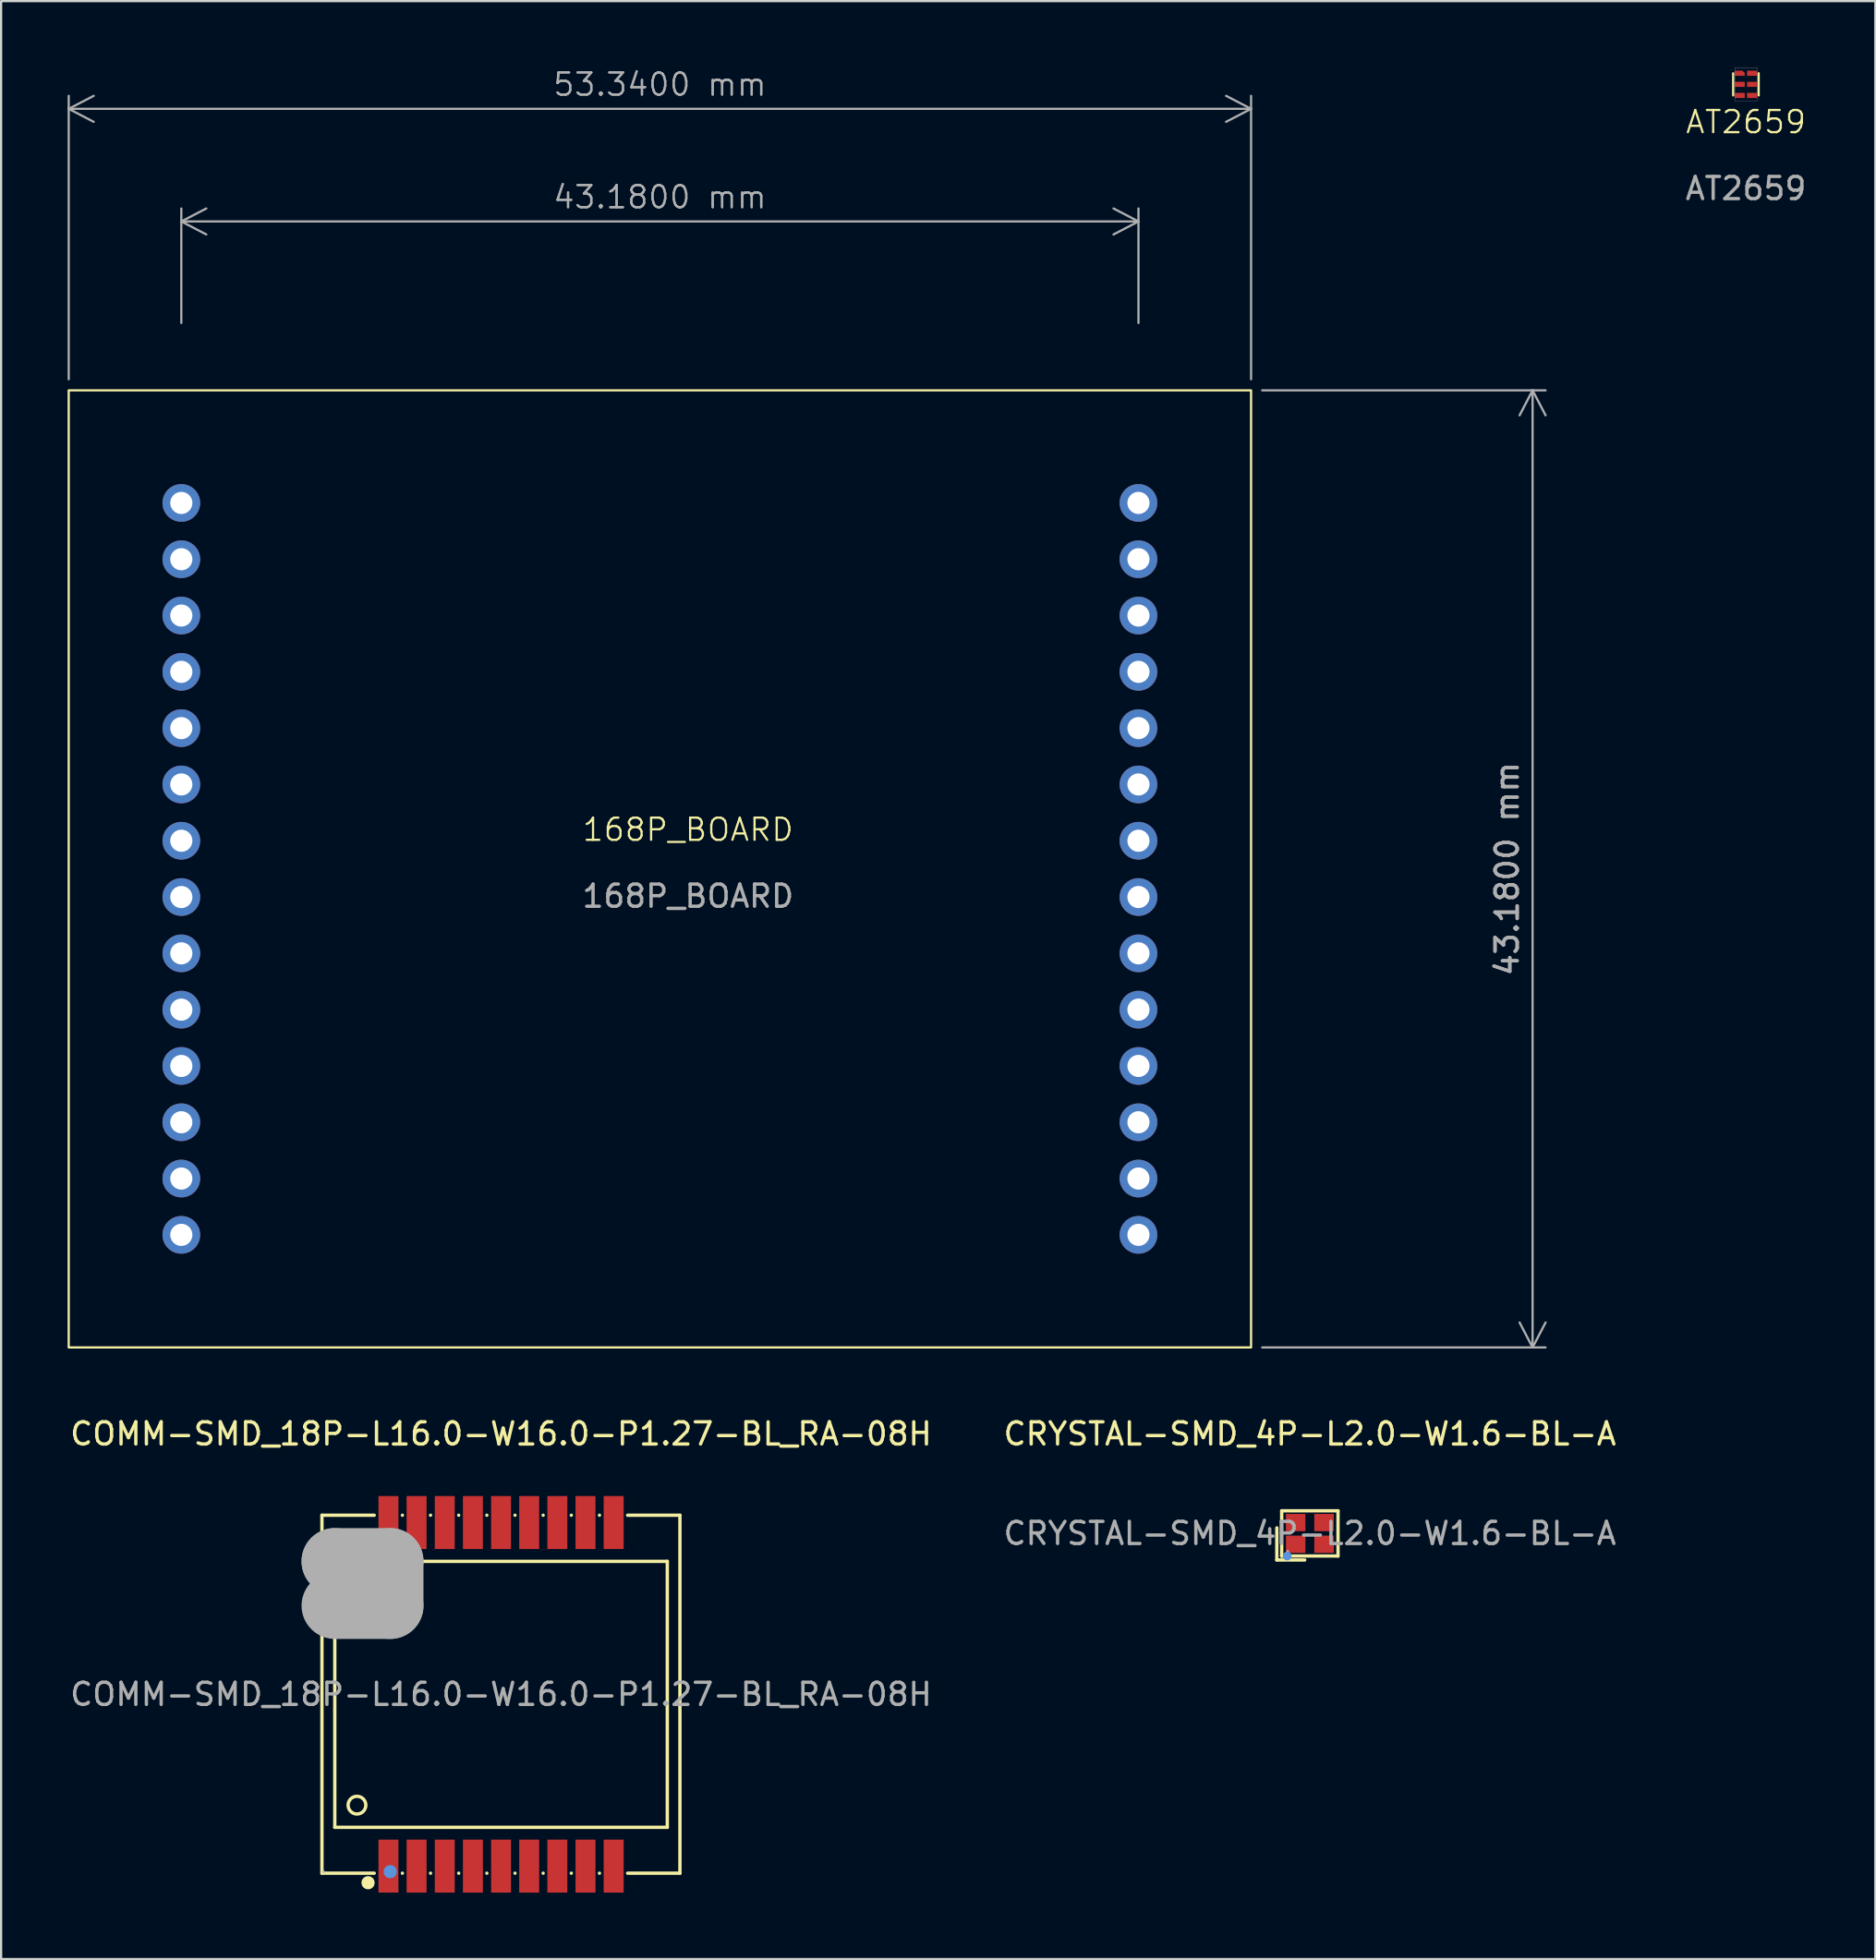
<source format=kicad_pcb>
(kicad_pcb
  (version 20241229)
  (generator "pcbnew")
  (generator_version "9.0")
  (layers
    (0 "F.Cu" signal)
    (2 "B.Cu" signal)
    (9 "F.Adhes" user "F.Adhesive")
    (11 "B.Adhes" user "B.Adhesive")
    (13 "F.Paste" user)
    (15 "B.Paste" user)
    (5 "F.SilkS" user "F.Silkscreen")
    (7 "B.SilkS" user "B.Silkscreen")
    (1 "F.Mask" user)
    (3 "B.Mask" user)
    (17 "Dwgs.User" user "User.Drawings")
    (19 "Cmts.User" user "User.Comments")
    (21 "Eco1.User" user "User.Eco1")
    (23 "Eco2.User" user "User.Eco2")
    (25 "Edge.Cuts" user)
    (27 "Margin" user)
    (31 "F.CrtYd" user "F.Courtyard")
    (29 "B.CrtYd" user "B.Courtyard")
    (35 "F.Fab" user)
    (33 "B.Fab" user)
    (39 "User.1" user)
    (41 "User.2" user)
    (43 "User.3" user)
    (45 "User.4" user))
  (footprint "CRYSTAL-SMD_4P-L2.0-W1.6-BL-A"
    (layer "F.Cu")
    (at 56.042 66.129)
    (property "Reference" "CRYSTAL-SMD_4P-L2.0-W1.6-BL-A" (at 0 -4.49 0) (layer "F.SilkS") (effects (font (size 1 1) (thickness 0.15))))
    (attr smd)
    (fp_line (start -1.49 -0.25) (end -1.49 1.2) (stroke (width 0.15) (type solid)) (layer "F.SilkS"))
    (fp_line (start -1.49 1.2) (end -0.23 1.2) (stroke (width 0.15) (type solid)) (layer "F.SilkS"))
    (fp_line (start -1.27 -1.02) (end 1.27 -1.02) (stroke (width 0.15) (type solid)) (layer "F.SilkS"))
    (fp_line (start -1.27 1.02) (end -1.27 -1.02) (stroke (width 0.15) (type solid)) (layer "F.SilkS"))
    (fp_line (start -1.27 1.02) (end -1.27 1.02) (stroke (width 0.15) (type solid)) (layer "F.SilkS"))
    (fp_line (start -1.27 1.02) (end -1.27 1.02) (stroke (width 0.15) (type solid)) (layer "F.SilkS"))
    (fp_line (start 1.27 -1.02) (end 1.27 1.02) (stroke (width 0.15) (type solid)) (layer "F.SilkS"))
    (fp_line (start 1.27 1.02) (end -1.27 1.02) (stroke (width 0.15) (type solid)) (layer "F.SilkS"))
    (fp_circle (center -1.02 1.02) (end -0.92 1.02) (stroke (width 0.2) (type solid)) (fill no) (layer "Cmts.User"))
    (fp_circle (center -1 0.8) (end -0.97 0.8) (stroke (width 0.06) (type solid)) (fill no) (layer "F.Fab"))
    (fp_text user "${REFERENCE}" (at 0 0 0) (layer "F.Fab") (effects (font (size 1 1) (thickness 0.15))))
    (pad "1" smd rect (at -0.64 0.49) (size 0.88 0.78) (layers "F.Cu" "F.Mask" "F.Paste"))
    (pad "2" smd rect (at 0.64 0.49) (size 0.88 0.78) (layers "F.Cu" "F.Mask" "F.Paste"))
    (pad "3" smd rect (at 0.64 -0.49) (size 0.88 0.78) (layers "F.Cu" "F.Mask" "F.Paste"))
    (pad "4" smd rect (at -0.64 -0.49) (size 0.88 0.78) (layers "F.Cu" "F.Mask" "F.Paste")))
  (footprint "168P_BOARD"
    (layer "F.Cu")
    (at 27.99 34.88)
    (property "Reference" "168P_BOARD" (at 0 -0.5 0) (unlocked yes) (layer "F.SilkS") (effects (font (size 1 1) (thickness 0.1))))
    (attr through_hole)
    (fp_rect (start -27.94 -20.32) (end 25.4 22.86) (stroke (width 0.1) (type default)) (fill no) (layer "F.SilkS"))
    (fp_text user "${REFERENCE}" (at 0 2.5 0) (unlocked yes) (layer "F.Fab") (effects (font (size 1 1) (thickness 0.15))))
    (dimension (type aligned) (layer "F.Fab") (pts (xy 5.13 12.021) (xy 48.31 12.021)) (height -5.08) (format (prefix "") (suffix "") (units 3) (units_format 1) (precision 4)) (style (thickness 0.1) (arrow_length 1.27) (text_position_mode 0) (arrow_direction outward) (extension_height 0.586) (extension_offset 0.5) (keep_text_aligned yes)) (gr_text "43.1800 mm" (at 26.72 5.84 0) (layer "F.Fab") (effects (font (size 1 1) (thickness 0.1)))))
    (dimension (type aligned) (layer "F.Fab") (pts (xy 0.05 14.56) (xy 53.39 14.56)) (height -12.7) (format (prefix "") (suffix "") (units 3) (units_format 1) (precision 4)) (style (thickness 0.1) (arrow_length 1.27) (text_position_mode 0) (arrow_direction outward) (extension_height 0.586) (extension_offset 0.5) (keep_text_aligned yes)) (gr_text "53.3400 mm" (at 26.72 0.76 0) (layer "F.Fab") (effects (font (size 1 1) (thickness 0.1)))))
    (dimension (type aligned) (layer "F.Fab") (pts (xy 53.39 14.56) (xy 53.39 57.74)) (height -12.7) (format (prefix "") (suffix "") (units 3) (units_format 1) (precision 4)) (style (thickness 0.1) (arrow_length 1.27) (text_position_mode 0) (arrow_direction outward) (extension_height 0.586) (extension_offset 0.5) (keep_text_aligned yes)) (gr_text "43.1800 mm" (at 64.94 36.151 90) (layer "F.Fab") (effects (font (size 1 1) (thickness 0.15)))))
    (pad "1" thru_hole circle (at -22.86 -15.24) (size 1.7 1.7) (drill 1) (layers "*.Cu" "*.Mask"))
    (pad "2" thru_hole circle (at -22.86 -12.7) (size 1.7 1.7) (drill 1) (layers "*.Cu" "*.Mask"))
    (pad "3" thru_hole circle (at -22.86 -7.62) (size 1.7 1.7) (drill 1) (layers "*.Cu" "*.Mask"))
    (pad "4" thru_hole circle (at -22.86 -10.16) (size 1.7 1.7) (drill 1) (layers "*.Cu" "*.Mask"))
    (pad "9" thru_hole circle (at -22.86 0) (size 1.7 1.7) (drill 1) (layers "*.Cu" "*.Mask"))
    (pad "10" thru_hole circle (at -22.86 2.54) (size 1.7 1.7) (drill 1) (layers "*.Cu" "*.Mask"))
    (pad "11" thru_hole circle (at -22.86 5.08) (size 1.7 1.7) (drill 1) (layers "*.Cu" "*.Mask"))
    (pad "12" thru_hole circle (at -22.86 7.62) (size 1.7 1.7) (drill 1) (layers "*.Cu" "*.Mask"))
    (pad "13" thru_hole circle (at -22.86 10.16) (size 1.7 1.7) (drill 1) (layers "*.Cu" "*.Mask"))
    (pad "14" thru_hole circle (at -22.86 12.7) (size 1.7 1.7) (drill 1) (layers "*.Cu" "*.Mask"))
    (pad "15" thru_hole circle (at -22.86 15.24) (size 1.7 1.7) (drill 1) (layers "*.Cu" "*.Mask"))
    (pad "16" thru_hole circle (at -22.86 17.78) (size 1.7 1.7) (drill 1) (layers "*.Cu" "*.Mask"))
    (pad "17" thru_hole circle (at 20.32 17.78 180) (size 1.7 1.7) (drill 1) (layers "*.Cu" "*.Mask"))
    (pad "18" thru_hole circle (at 20.32 15.24 180) (size 1.7 1.7) (drill 1) (layers "*.Cu" "*.Mask"))
    (pad "19" thru_hole circle (at 20.32 12.7 180) (size 1.7 1.7) (drill 1) (layers "*.Cu" "*.Mask"))
    (pad "20" thru_hole circle (at 20.32 10.16 180) (size 1.7 1.7) (drill 1) (layers "*.Cu" "*.Mask"))
    (pad "22" thru_hole circle (at 20.32 7.62 180) (size 1.7 1.7) (drill 1) (layers "*.Cu" "*.Mask"))
    (pad "23" thru_hole circle (at 20.32 5.08 180) (size 1.7 1.7) (drill 1) (layers "*.Cu" "*.Mask"))
    (pad "24" thru_hole circle (at 20.32 2.54 180) (size 1.7 1.7) (drill 1) (layers "*.Cu" "*.Mask"))
    (pad "25" thru_hole circle (at 20.32 0 180) (size 1.7 1.7) (drill 1) (layers "*.Cu" "*.Mask"))
    (pad "26" thru_hole circle (at 20.32 -2.54 180) (size 1.7 1.7) (drill 1) (layers "*.Cu" "*.Mask"))
    (pad "27" thru_hole circle (at 20.32 -5.08 180) (size 1.7 1.7) (drill 1) (layers "*.Cu" "*.Mask"))
    (pad "28" thru_hole circle (at 20.32 -7.62 180) (size 1.7 1.7) (drill 1) (layers "*.Cu" "*.Mask"))
    (pad "30" thru_hole circle (at 20.32 -10.16) (size 1.7 1.7) (drill 1) (layers "*.Cu" "*.Mask"))
    (pad "31" thru_hole circle (at 20.32 -12.7 180) (size 1.7 1.7) (drill 1) (layers "*.Cu" "*.Mask"))
    (pad "32" thru_hole circle (at 20.32 -15.24) (size 1.7 1.7) (drill 1) (layers "*.Cu" "*.Mask"))
    (pad "34" thru_hole circle (at -22.86 -2.54) (size 1.7 1.7) (drill 1) (layers "*.Cu" "*.Mask"))
    (pad "35" thru_hole circle (at -22.86 -5.08) (size 1.7 1.7) (drill 1) (layers "*.Cu" "*.Mask")))
  (footprint "COMM-SMD_18P-L16.0-W16.0-P1.27-BL_RA-08H"
    (layer "F.Cu")
    (at 19.554 73.389)
    (property "Reference" "COMM-SMD_18P-L16.0-W16.0-P1.27-BL_RA-08H" (at 0 -11.75 0) (layer "F.SilkS") (effects (font (size 1 1) (thickness 0.15))))
    (attr smd)
    (fp_line (start -8.08 -8.08) (end -5.72 -8.08) (stroke (width 0.15) (type solid)) (layer "F.SilkS"))
    (fp_line (start -8.08 8.07) (end -8.08 -8.08) (stroke (width 0.15) (type solid)) (layer "F.SilkS"))
    (fp_line (start -7.5 -3.5) (end -7.5 6) (stroke (width 0.15) (type solid)) (layer "F.SilkS"))
    (fp_line (start -7.5 6) (end 7.5 6) (stroke (width 0.15) (type solid)) (layer "F.SilkS"))
    (fp_line (start -5.72 8.07) (end -8.08 8.07) (stroke (width 0.15) (type solid)) (layer "F.SilkS"))
    (fp_line (start -4.5 -6) (end -4.5 -3.5) (stroke (width 0.15) (type solid)) (layer "F.SilkS"))
    (fp_line (start -4.5 -3.5) (end -7.5 -3.5) (stroke (width 0.15) (type solid)) (layer "F.SilkS"))
    (fp_line (start -4.45 -8.08) (end -4.45 -8.08) (stroke (width 0.15) (type solid)) (layer "F.SilkS"))
    (fp_line (start -4.45 8.07) (end -4.45 8.07) (stroke (width 0.15) (type solid)) (layer "F.SilkS"))
    (fp_line (start -3.18 -8.08) (end -3.18 -8.08) (stroke (width 0.15) (type solid)) (layer "F.SilkS"))
    (fp_line (start -3.18 8.07) (end -3.18 8.07) (stroke (width 0.15) (type solid)) (layer "F.SilkS"))
    (fp_line (start -1.91 -8.08) (end -1.91 -8.08) (stroke (width 0.15) (type solid)) (layer "F.SilkS"))
    (fp_line (start -1.91 8.07) (end -1.91 8.07) (stroke (width 0.15) (type solid)) (layer "F.SilkS"))
    (fp_line (start -0.64 -8.08) (end -0.64 -8.08) (stroke (width 0.15) (type solid)) (layer "F.SilkS"))
    (fp_line (start -0.64 8.07) (end -0.64 8.07) (stroke (width 0.15) (type solid)) (layer "F.SilkS"))
    (fp_line (start 0.63 -8.08) (end 0.63 -8.08) (stroke (width 0.15) (type solid)) (layer "F.SilkS"))
    (fp_line (start 0.63 8.07) (end 0.63 8.07) (stroke (width 0.15) (type solid)) (layer "F.SilkS"))
    (fp_line (start 1.9 -8.08) (end 1.9 -8.08) (stroke (width 0.15) (type solid)) (layer "F.SilkS"))
    (fp_line (start 1.9 8.07) (end 1.9 8.07) (stroke (width 0.15) (type solid)) (layer "F.SilkS"))
    (fp_line (start 3.17 -8.08) (end 3.17 -8.08) (stroke (width 0.15) (type solid)) (layer "F.SilkS"))
    (fp_line (start 3.17 8.07) (end 3.17 8.07) (stroke (width 0.15) (type solid)) (layer "F.SilkS"))
    (fp_line (start 4.44 -8.08) (end 4.44 -8.08) (stroke (width 0.15) (type solid)) (layer "F.SilkS"))
    (fp_line (start 4.44 8.07) (end 4.44 8.07) (stroke (width 0.15) (type solid)) (layer "F.SilkS"))
    (fp_line (start 5.71 -8.08) (end 8.07 -8.08) (stroke (width 0.15) (type solid)) (layer "F.SilkS"))
    (fp_line (start 7.5 -6) (end -4.5 -6) (stroke (width 0.15) (type solid)) (layer "F.SilkS"))
    (fp_line (start 7.5 6) (end 7.5 -6) (stroke (width 0.15) (type solid)) (layer "F.SilkS"))
    (fp_line (start 8.07 8.07) (end 5.71 8.07) (stroke (width 0.15) (type solid)) (layer "F.SilkS"))
    (fp_line (start 8.07 8.07) (end 8.07 -8.08) (stroke (width 0.15) (type solid)) (layer "F.SilkS"))
    (fp_circle (center -6.5 5) (end -6.1 5) (stroke (width 0.15) (type solid)) (fill no) (layer "F.SilkS"))
    (fp_circle (center -6 8.5) (end -5.85 8.5) (stroke (width 0.3) (type solid)) (fill no) (layer "F.SilkS"))
    (fp_circle (center -5 8) (end -4.85 8) (stroke (width 0.3) (type solid)) (fill no) (layer "Cmts.User"))
    (fp_line (start -7.5 -6) (end -7.5 -6) (stroke (width 3) (type solid)) (layer "F.Fab"))
    (fp_line (start -7.5 -6) (end -5 -6) (stroke (width 3) (type solid)) (layer "F.Fab"))
    (fp_line (start -5 -6) (end -5 -4) (stroke (width 3) (type solid)) (layer "F.Fab"))
    (fp_line (start -5 -4) (end -7.5 -4) (stroke (width 3) (type solid)) (layer "F.Fab"))
    (fp_circle (center -8 8) (end -7.97 8) (stroke (width 0.06) (type solid)) (fill no) (layer "F.Fab"))
    (fp_text user "${REFERENCE}" (at 0 0 0) (layer "F.Fab") (effects (font (size 1 1) (thickness 0.15))))
    (pad "1" smd rect (at -5.08 7.75 90) (size 2.39 0.9) (layers "F.Cu" "F.Mask" "F.Paste"))
    (pad "2" smd rect (at -3.81 7.75 90) (size 2.39 0.9) (layers "F.Cu" "F.Mask" "F.Paste"))
    (pad "3" smd rect (at -2.54 7.75 90) (size 2.39 0.9) (layers "F.Cu" "F.Mask" "F.Paste"))
    (pad "4" smd rect (at -1.27 7.75 90) (size 2.39 0.9) (layers "F.Cu" "F.Mask" "F.Paste"))
    (pad "5" smd rect (at 0 7.75 90) (size 2.39 0.9) (layers "F.Cu" "F.Mask" "F.Paste"))
    (pad "6" smd rect (at 1.27 7.75 90) (size 2.39 0.9) (layers "F.Cu" "F.Mask" "F.Paste"))
    (pad "7" smd rect (at 2.54 7.75 90) (size 2.39 0.9) (layers "F.Cu" "F.Mask" "F.Paste"))
    (pad "8" smd rect (at 3.81 7.75 90) (size 2.39 0.9) (layers "F.Cu" "F.Mask" "F.Paste"))
    (pad "9" smd rect (at 5.08 7.75 90) (size 2.39 0.9) (layers "F.Cu" "F.Mask" "F.Paste"))
    (pad "10" smd rect (at 5.08 -7.75 90) (size 2.39 0.9) (layers "F.Cu" "F.Mask" "F.Paste"))
    (pad "11" smd rect (at 3.81 -7.75 90) (size 2.39 0.9) (layers "F.Cu" "F.Mask" "F.Paste"))
    (pad "12" smd rect (at 2.54 -7.75 90) (size 2.39 0.9) (layers "F.Cu" "F.Mask" "F.Paste"))
    (pad "13" smd rect (at 1.27 -7.75 90) (size 2.39 0.9) (layers "F.Cu" "F.Mask" "F.Paste"))
    (pad "14" smd rect (at 0 -7.75 90) (size 2.39 0.9) (layers "F.Cu" "F.Mask" "F.Paste"))
    (pad "15" smd rect (at -1.27 -7.75 90) (size 2.39 0.9) (layers "F.Cu" "F.Mask" "F.Paste"))
    (pad "16" smd rect (at -2.54 -7.75 90) (size 2.39 0.9) (layers "F.Cu" "F.Mask" "F.Paste"))
    (pad "17" smd rect (at -3.81 -7.75 90) (size 2.39 0.9) (layers "F.Cu" "F.Mask" "F.Paste"))
    (pad "18" smd rect (at -5.08 -7.75 90) (size 2.39 0.9) (layers "F.Cu" "F.Mask" "F.Paste")))
  (footprint "AT2659"
    (layer "F.Cu")
    (at 75.714 0.755)
    (property "Reference" "AT2659" (at 0 1.7 0) (unlocked yes) (layer "F.SilkS") (effects (font (size 1 1) (thickness 0.1))))
    (attr through_hole)
    (fp_line (start -0.575 -0.5) (end -0.575 0.5) (stroke (width 0.1) (type default)) (layer "F.SilkS"))
    (fp_line (start 0.575 -0.5) (end 0.575 0.5) (stroke (width 0.1) (type default)) (layer "F.SilkS"))
    (fp_line (start -0.5 -0.75) (end 0.5 -0.75) (stroke (width 0.01) (type default)) (layer "F.Fab"))
    (fp_line (start -0.5 0.75) (end -0.5 -0.75) (stroke (width 0.01) (type default)) (layer "F.Fab"))
    (fp_line (start 0.5 -0.75) (end 0.5 0.75) (stroke (width 0.01) (type default)) (layer "F.Fab"))
    (fp_line (start 0.5 0.75) (end -0.5 0.75) (stroke (width 0.01) (type default)) (layer "F.Fab"))
    (fp_text user "${REFERENCE}" (at 0 4.7 0) (unlocked yes) (layer "F.Fab") (effects (font (size 1 1) (thickness 0.15))))
    (pad "1" smd roundrect (at -0.275 -0.5 180) (size 0.445 0.23) (layers "F.Cu" "F.Mask" "F.Paste") (roundrect_rratio 0) (chamfer_ratio 0.45) (chamfer bottom_left))
    (pad "2" smd rect (at -0.275 0 180) (size 0.445 0.23) (layers "F.Cu" "F.Mask" "F.Paste"))
    (pad "3" smd rect (at -0.275 0.5 180) (size 0.445 0.23) (layers "F.Cu" "F.Mask" "F.Paste"))
    (pad "4" smd rect (at 0.275 0.5 180) (size 0.445 0.23) (layers "F.Cu" "F.Mask" "F.Paste"))
    (pad "5" smd rect (at 0.275 0 180) (size 0.445 0.23) (layers "F.Cu" "F.Mask" "F.Paste"))
    (pad "6" smd rect (at 0.275 -0.5 180) (size 0.445 0.23) (layers "F.Cu" "F.Mask" "F.Paste")))
  (gr_rect
    (start -3 -3)
    (end 81.553 85.334)
    (stroke (width 0.1) (type default))
    (fill no)
    (layer "Edge.Cuts")))
</source>
